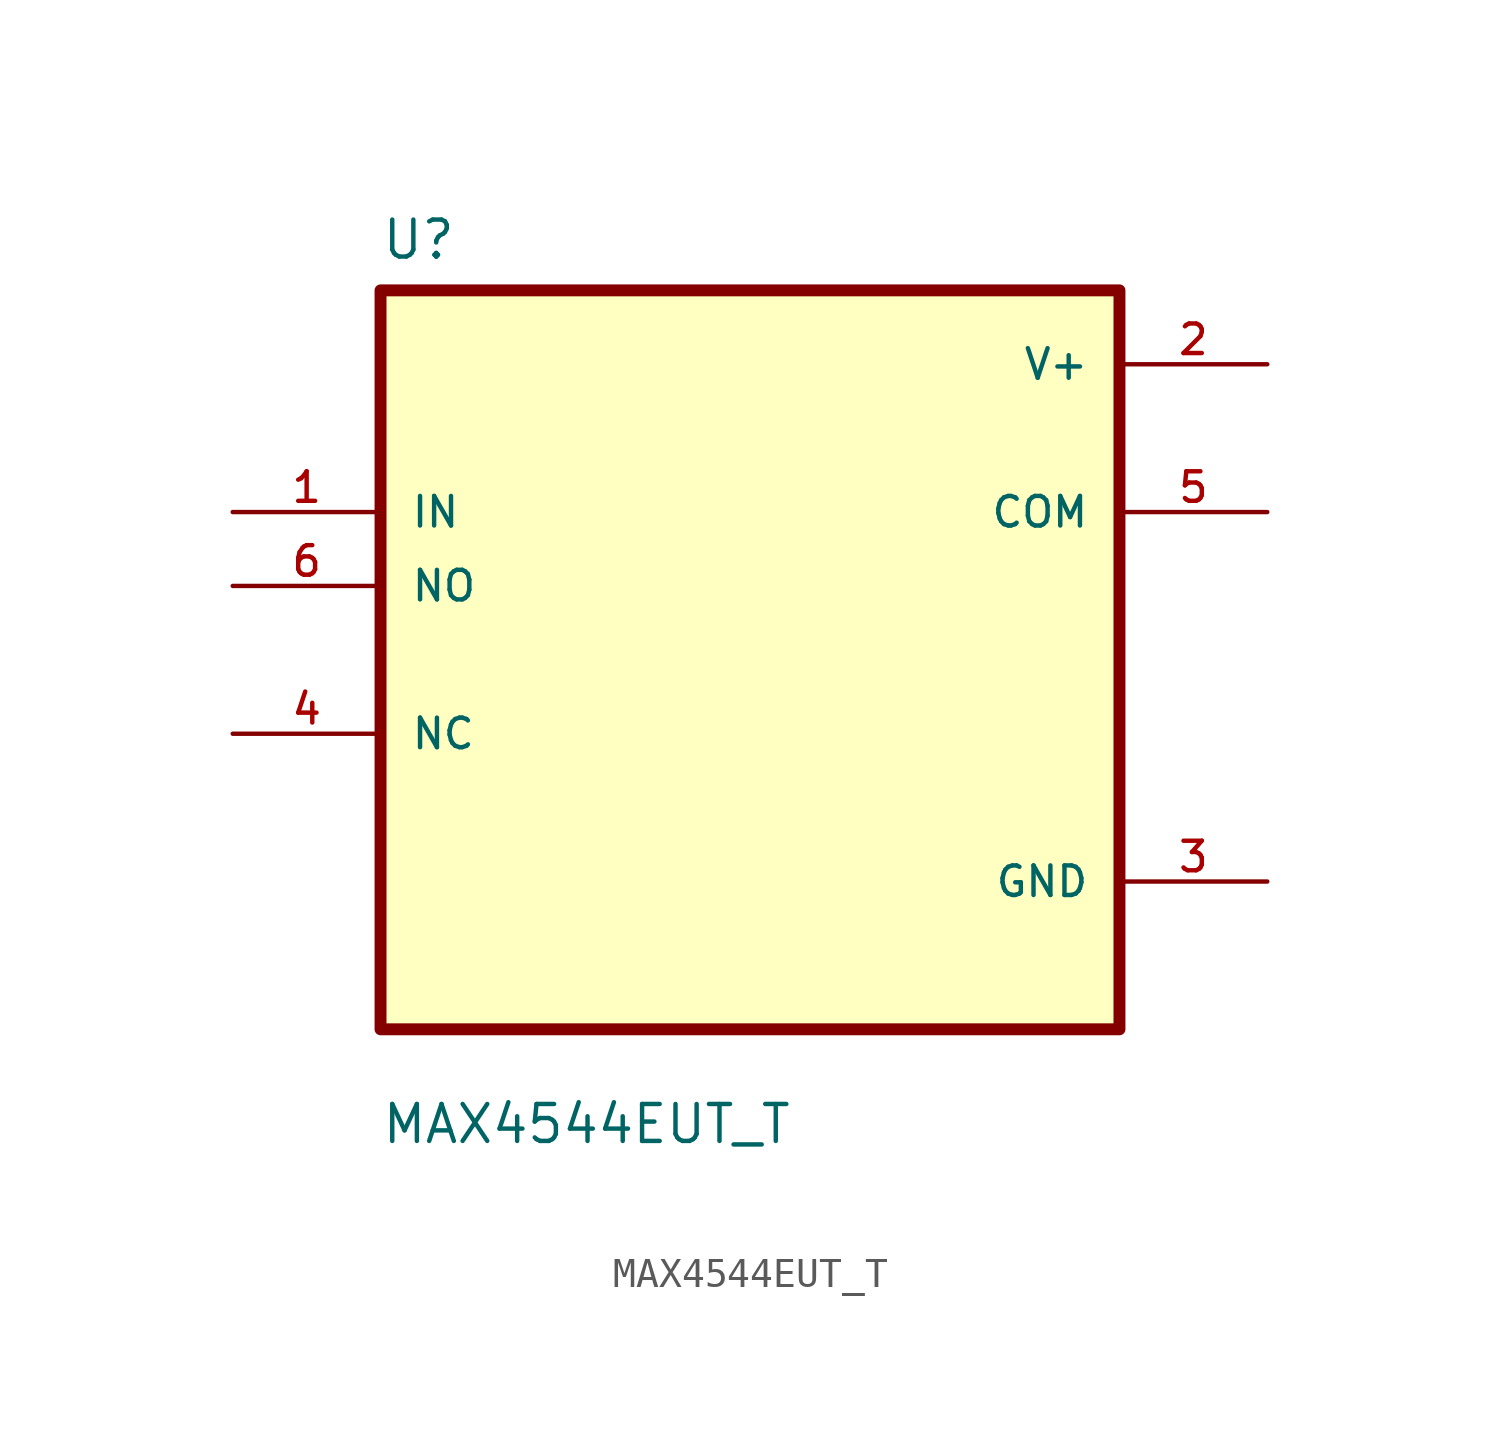
<source format=kicad_sym>
(kicad_symbol_lib
  (version 20211014)
  (generator kicad_symbol_editor)
  (symbol "MAX4544EUT_T"
    (pin_names
      (offset 1.016))
    (property "Reference" "U"
      (at -12.7 13.7 0.0)
      (effects (font (size 1.27 1.27)) (justify bottom left)))
    (property "Value" "MAX4544EUT_T"
      (at -12.7 -16.7 0.0)
      (effects (font (size 1.27 1.27)) (justify bottom left)))
    (symbol "MAX4544EUT_T_0_0"
      (rectangle (start -12.7 -12.7) (end 12.7 12.7) (stroke (width 0.41)) (fill (type background)))
      (pin input line (at -17.78 5.08 0) (length 5.08) (name "IN" (effects (font (size 1.016 1.016)))) (number "1" (effects (font (size 1.016 1.016)))))
      (pin input line (at -17.78 2.54 0) (length 5.08) (name "NO" (effects (font (size 1.016 1.016)))) (number "6" (effects (font (size 1.016 1.016)))))
      (pin bidirectional line (at -17.78 -2.54 0) (length 5.08) (name "NC" (effects (font (size 1.016 1.016)))) (number "4" (effects (font (size 1.016 1.016)))))
      (pin power_in line (at 17.78 10.16 180.0) (length 5.08) (name "V+" (effects (font (size 1.016 1.016)))) (number "2" (effects (font (size 1.016 1.016)))))
      (pin output line (at 17.78 5.08 180.0) (length 5.08) (name "COM" (effects (font (size 1.016 1.016)))) (number "5" (effects (font (size 1.016 1.016)))))
      (pin power_in line (at 17.78 -7.62 180.0) (length 5.08) (name "GND" (effects (font (size 1.016 1.016)))) (number "3" (effects (font (size 1.016 1.016))))))))
</source>
